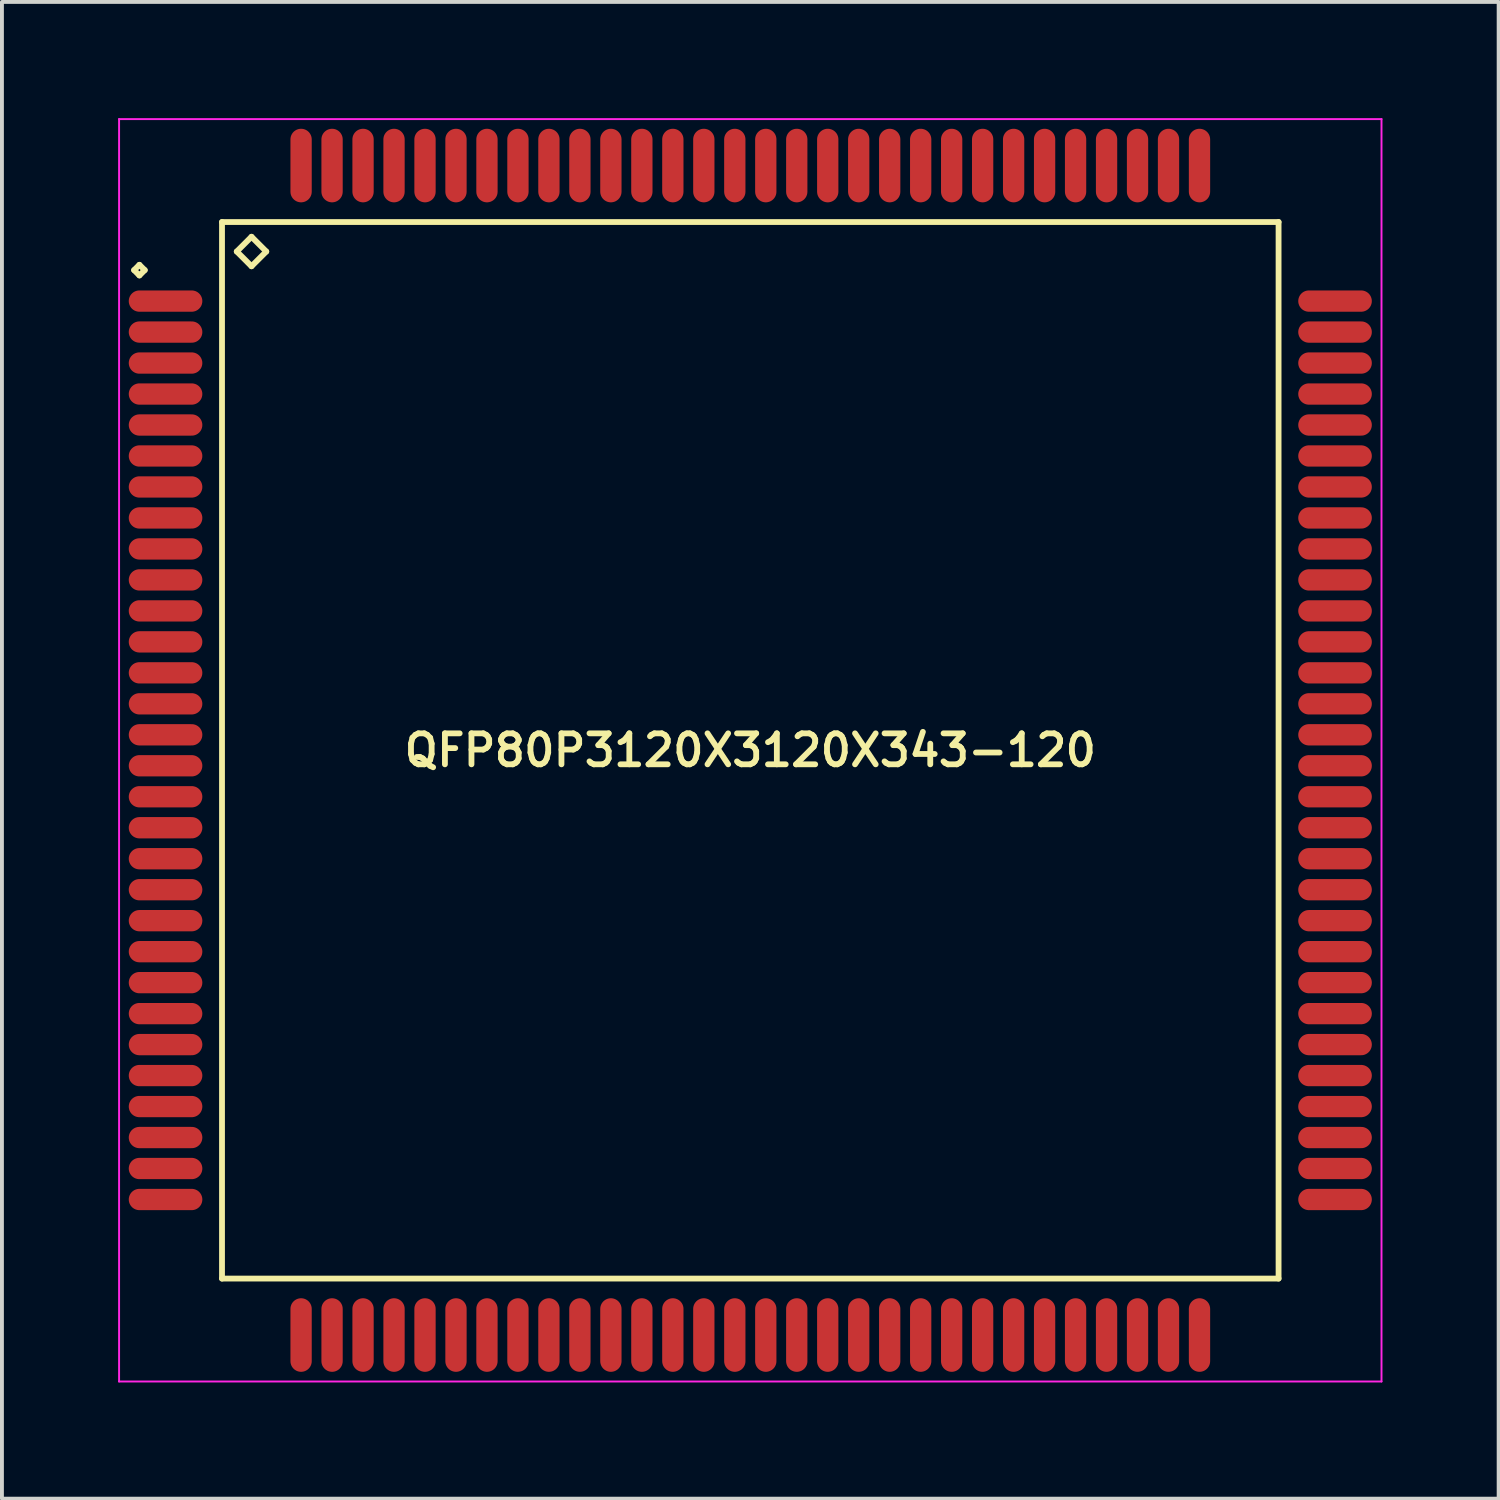
<source format=kicad_pcb>
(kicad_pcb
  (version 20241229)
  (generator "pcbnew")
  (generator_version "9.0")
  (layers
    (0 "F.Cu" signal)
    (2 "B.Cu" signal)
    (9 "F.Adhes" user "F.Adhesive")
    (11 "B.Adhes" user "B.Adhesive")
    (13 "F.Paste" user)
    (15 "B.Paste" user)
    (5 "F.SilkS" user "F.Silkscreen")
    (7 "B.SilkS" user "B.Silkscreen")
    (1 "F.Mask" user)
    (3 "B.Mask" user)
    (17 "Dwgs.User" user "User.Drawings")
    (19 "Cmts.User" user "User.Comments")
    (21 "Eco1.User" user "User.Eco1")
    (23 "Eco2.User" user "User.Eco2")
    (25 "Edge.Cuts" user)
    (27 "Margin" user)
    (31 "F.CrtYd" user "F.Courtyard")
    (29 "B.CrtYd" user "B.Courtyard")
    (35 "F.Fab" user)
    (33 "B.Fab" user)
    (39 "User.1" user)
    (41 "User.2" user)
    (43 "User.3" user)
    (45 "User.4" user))
  (footprint "QFP80P3120X3120X343-120"
    (layer "F.Cu")
    (at 16.325 16.325)
    (property "Reference" "QFP80P3120X3120X343-120" (at 0 0 0) (layer "F.SilkS") (effects (font (size 0.8 0.8) (thickness 0.15))))
    (attr smd)
    (fp_line (start -15.912 -12.4) (end -15.775 -12.537) (stroke (width 0.15) (type solid)) (layer "F.SilkS"))
    (fp_line (start -15.775 -12.537) (end -15.637 -12.4) (stroke (width 0.15) (type solid)) (layer "F.SilkS"))
    (fp_line (start -15.775 -12.262) (end -15.912 -12.4) (stroke (width 0.15) (type solid)) (layer "F.SilkS"))
    (fp_line (start -15.637 -12.4) (end -15.775 -12.262) (stroke (width 0.15) (type solid)) (layer "F.SilkS"))
    (fp_line (start -13.642 -13.642) (end -13.642 13.642) (stroke (width 0.15) (type solid)) (layer "F.SilkS"))
    (fp_line (start -13.642 13.642) (end 13.642 13.642) (stroke (width 0.15) (type solid)) (layer "F.SilkS"))
    (fp_line (start -13.261 -12.88) (end -12.88 -13.261) (stroke (width 0.15) (type solid)) (layer "F.SilkS"))
    (fp_line (start -12.88 -13.261) (end -12.499 -12.88) (stroke (width 0.15) (type solid)) (layer "F.SilkS"))
    (fp_line (start -12.88 -12.499) (end -13.261 -12.88) (stroke (width 0.15) (type solid)) (layer "F.SilkS"))
    (fp_line (start -12.499 -12.88) (end -12.88 -12.499) (stroke (width 0.15) (type solid)) (layer "F.SilkS"))
    (fp_line (start 13.642 -13.642) (end -13.642 -13.642) (stroke (width 0.15) (type solid)) (layer "F.SilkS"))
    (fp_line (start 13.642 13.642) (end 13.642 -13.642) (stroke (width 0.15) (type solid)) (layer "F.SilkS"))
    (fp_line (start -16.3 -16.3) (end 16.3 -16.3) (stroke (width 0.05) (type solid)) (layer "F.CrtYd"))
    (fp_line (start -16.3 16.3) (end -16.3 -16.3) (stroke (width 0.05) (type solid)) (layer "F.CrtYd"))
    (fp_line (start 16.3 -16.3) (end 16.3 16.3) (stroke (width 0.05) (type solid)) (layer "F.CrtYd"))
    (fp_line (start 16.3 16.3) (end -16.3 16.3) (stroke (width 0.05) (type solid)) (layer "F.CrtYd"))
    (pad "1" smd oval (at -15.1 -11.6) (size 1.9 0.55) (layers "F.Cu" "F.Mask" "F.Paste"))
    (pad "2" smd oval (at -15.1 -10.8) (size 1.9 0.55) (layers "F.Cu" "F.Mask" "F.Paste"))
    (pad "3" smd oval (at -15.1 -10) (size 1.9 0.55) (layers "F.Cu" "F.Mask" "F.Paste"))
    (pad "4" smd oval (at -15.1 -9.2) (size 1.9 0.55) (layers "F.Cu" "F.Mask" "F.Paste"))
    (pad "5" smd oval (at -15.1 -8.4) (size 1.9 0.55) (layers "F.Cu" "F.Mask" "F.Paste"))
    (pad "6" smd oval (at -15.1 -7.6) (size 1.9 0.55) (layers "F.Cu" "F.Mask" "F.Paste"))
    (pad "7" smd oval (at -15.1 -6.8) (size 1.9 0.55) (layers "F.Cu" "F.Mask" "F.Paste"))
    (pad "8" smd oval (at -15.1 -6) (size 1.9 0.55) (layers "F.Cu" "F.Mask" "F.Paste"))
    (pad "9" smd oval (at -15.1 -5.2) (size 1.9 0.55) (layers "F.Cu" "F.Mask" "F.Paste"))
    (pad "10" smd oval (at -15.1 -4.4) (size 1.9 0.55) (layers "F.Cu" "F.Mask" "F.Paste"))
    (pad "11" smd oval (at -15.1 -3.6) (size 1.9 0.55) (layers "F.Cu" "F.Mask" "F.Paste"))
    (pad "12" smd oval (at -15.1 -2.8) (size 1.9 0.55) (layers "F.Cu" "F.Mask" "F.Paste"))
    (pad "13" smd oval (at -15.1 -2) (size 1.9 0.55) (layers "F.Cu" "F.Mask" "F.Paste"))
    (pad "14" smd oval (at -15.1 -1.2) (size 1.9 0.55) (layers "F.Cu" "F.Mask" "F.Paste"))
    (pad "15" smd oval (at -15.1 -0.4) (size 1.9 0.55) (layers "F.Cu" "F.Mask" "F.Paste"))
    (pad "16" smd oval (at -15.1 0.4) (size 1.9 0.55) (layers "F.Cu" "F.Mask" "F.Paste"))
    (pad "17" smd oval (at -15.1 1.2) (size 1.9 0.55) (layers "F.Cu" "F.Mask" "F.Paste"))
    (pad "18" smd oval (at -15.1 2) (size 1.9 0.55) (layers "F.Cu" "F.Mask" "F.Paste"))
    (pad "19" smd oval (at -15.1 2.8) (size 1.9 0.55) (layers "F.Cu" "F.Mask" "F.Paste"))
    (pad "20" smd oval (at -15.1 3.6) (size 1.9 0.55) (layers "F.Cu" "F.Mask" "F.Paste"))
    (pad "21" smd oval (at -15.1 4.4) (size 1.9 0.55) (layers "F.Cu" "F.Mask" "F.Paste"))
    (pad "22" smd oval (at -15.1 5.2) (size 1.9 0.55) (layers "F.Cu" "F.Mask" "F.Paste"))
    (pad "23" smd oval (at -15.1 6) (size 1.9 0.55) (layers "F.Cu" "F.Mask" "F.Paste"))
    (pad "24" smd oval (at -15.1 6.8) (size 1.9 0.55) (layers "F.Cu" "F.Mask" "F.Paste"))
    (pad "25" smd oval (at -15.1 7.6) (size 1.9 0.55) (layers "F.Cu" "F.Mask" "F.Paste"))
    (pad "26" smd oval (at -15.1 8.4) (size 1.9 0.55) (layers "F.Cu" "F.Mask" "F.Paste"))
    (pad "27" smd oval (at -15.1 9.2) (size 1.9 0.55) (layers "F.Cu" "F.Mask" "F.Paste"))
    (pad "28" smd oval (at -15.1 10) (size 1.9 0.55) (layers "F.Cu" "F.Mask" "F.Paste"))
    (pad "29" smd oval (at -15.1 10.8) (size 1.9 0.55) (layers "F.Cu" "F.Mask" "F.Paste"))
    (pad "30" smd oval (at -15.1 11.6) (size 1.9 0.55) (layers "F.Cu" "F.Mask" "F.Paste"))
    (pad "31" smd oval (at -11.6 15.1) (size 0.55 1.9) (layers "F.Cu" "F.Mask" "F.Paste"))
    (pad "32" smd oval (at -10.8 15.1) (size 0.55 1.9) (layers "F.Cu" "F.Mask" "F.Paste"))
    (pad "33" smd oval (at -10 15.1) (size 0.55 1.9) (layers "F.Cu" "F.Mask" "F.Paste"))
    (pad "34" smd oval (at -9.2 15.1) (size 0.55 1.9) (layers "F.Cu" "F.Mask" "F.Paste"))
    (pad "35" smd oval (at -8.4 15.1) (size 0.55 1.9) (layers "F.Cu" "F.Mask" "F.Paste"))
    (pad "36" smd oval (at -7.6 15.1) (size 0.55 1.9) (layers "F.Cu" "F.Mask" "F.Paste"))
    (pad "37" smd oval (at -6.8 15.1) (size 0.55 1.9) (layers "F.Cu" "F.Mask" "F.Paste"))
    (pad "38" smd oval (at -6 15.1) (size 0.55 1.9) (layers "F.Cu" "F.Mask" "F.Paste"))
    (pad "39" smd oval (at -5.2 15.1) (size 0.55 1.9) (layers "F.Cu" "F.Mask" "F.Paste"))
    (pad "40" smd oval (at -4.4 15.1) (size 0.55 1.9) (layers "F.Cu" "F.Mask" "F.Paste"))
    (pad "41" smd oval (at -3.6 15.1) (size 0.55 1.9) (layers "F.Cu" "F.Mask" "F.Paste"))
    (pad "42" smd oval (at -2.8 15.1) (size 0.55 1.9) (layers "F.Cu" "F.Mask" "F.Paste"))
    (pad "43" smd oval (at -2 15.1) (size 0.55 1.9) (layers "F.Cu" "F.Mask" "F.Paste"))
    (pad "44" smd oval (at -1.2 15.1) (size 0.55 1.9) (layers "F.Cu" "F.Mask" "F.Paste"))
    (pad "45" smd oval (at -0.4 15.1) (size 0.55 1.9) (layers "F.Cu" "F.Mask" "F.Paste"))
    (pad "46" smd oval (at 0.4 15.1) (size 0.55 1.9) (layers "F.Cu" "F.Mask" "F.Paste"))
    (pad "47" smd oval (at 1.2 15.1) (size 0.55 1.9) (layers "F.Cu" "F.Mask" "F.Paste"))
    (pad "48" smd oval (at 2 15.1) (size 0.55 1.9) (layers "F.Cu" "F.Mask" "F.Paste"))
    (pad "49" smd oval (at 2.8 15.1) (size 0.55 1.9) (layers "F.Cu" "F.Mask" "F.Paste"))
    (pad "50" smd oval (at 3.6 15.1) (size 0.55 1.9) (layers "F.Cu" "F.Mask" "F.Paste"))
    (pad "51" smd oval (at 4.4 15.1) (size 0.55 1.9) (layers "F.Cu" "F.Mask" "F.Paste"))
    (pad "52" smd oval (at 5.2 15.1) (size 0.55 1.9) (layers "F.Cu" "F.Mask" "F.Paste"))
    (pad "53" smd oval (at 6 15.1) (size 0.55 1.9) (layers "F.Cu" "F.Mask" "F.Paste"))
    (pad "54" smd oval (at 6.8 15.1) (size 0.55 1.9) (layers "F.Cu" "F.Mask" "F.Paste"))
    (pad "55" smd oval (at 7.6 15.1) (size 0.55 1.9) (layers "F.Cu" "F.Mask" "F.Paste"))
    (pad "56" smd oval (at 8.4 15.1) (size 0.55 1.9) (layers "F.Cu" "F.Mask" "F.Paste"))
    (pad "57" smd oval (at 9.2 15.1) (size 0.55 1.9) (layers "F.Cu" "F.Mask" "F.Paste"))
    (pad "58" smd oval (at 10 15.1) (size 0.55 1.9) (layers "F.Cu" "F.Mask" "F.Paste"))
    (pad "59" smd oval (at 10.8 15.1) (size 0.55 1.9) (layers "F.Cu" "F.Mask" "F.Paste"))
    (pad "60" smd oval (at 11.6 15.1) (size 0.55 1.9) (layers "F.Cu" "F.Mask" "F.Paste"))
    (pad "61" smd oval (at 15.1 11.6) (size 1.9 0.55) (layers "F.Cu" "F.Mask" "F.Paste"))
    (pad "62" smd oval (at 15.1 10.8) (size 1.9 0.55) (layers "F.Cu" "F.Mask" "F.Paste"))
    (pad "63" smd oval (at 15.1 10) (size 1.9 0.55) (layers "F.Cu" "F.Mask" "F.Paste"))
    (pad "64" smd oval (at 15.1 9.2) (size 1.9 0.55) (layers "F.Cu" "F.Mask" "F.Paste"))
    (pad "65" smd oval (at 15.1 8.4) (size 1.9 0.55) (layers "F.Cu" "F.Mask" "F.Paste"))
    (pad "66" smd oval (at 15.1 7.6) (size 1.9 0.55) (layers "F.Cu" "F.Mask" "F.Paste"))
    (pad "67" smd oval (at 15.1 6.8) (size 1.9 0.55) (layers "F.Cu" "F.Mask" "F.Paste"))
    (pad "68" smd oval (at 15.1 6) (size 1.9 0.55) (layers "F.Cu" "F.Mask" "F.Paste"))
    (pad "69" smd oval (at 15.1 5.2) (size 1.9 0.55) (layers "F.Cu" "F.Mask" "F.Paste"))
    (pad "70" smd oval (at 15.1 4.4) (size 1.9 0.55) (layers "F.Cu" "F.Mask" "F.Paste"))
    (pad "71" smd oval (at 15.1 3.6) (size 1.9 0.55) (layers "F.Cu" "F.Mask" "F.Paste"))
    (pad "72" smd oval (at 15.1 2.8) (size 1.9 0.55) (layers "F.Cu" "F.Mask" "F.Paste"))
    (pad "73" smd oval (at 15.1 2) (size 1.9 0.55) (layers "F.Cu" "F.Mask" "F.Paste"))
    (pad "74" smd oval (at 15.1 1.2) (size 1.9 0.55) (layers "F.Cu" "F.Mask" "F.Paste"))
    (pad "75" smd oval (at 15.1 0.4) (size 1.9 0.55) (layers "F.Cu" "F.Mask" "F.Paste"))
    (pad "76" smd oval (at 15.1 -0.4) (size 1.9 0.55) (layers "F.Cu" "F.Mask" "F.Paste"))
    (pad "77" smd oval (at 15.1 -1.2) (size 1.9 0.55) (layers "F.Cu" "F.Mask" "F.Paste"))
    (pad "78" smd oval (at 15.1 -2) (size 1.9 0.55) (layers "F.Cu" "F.Mask" "F.Paste"))
    (pad "79" smd oval (at 15.1 -2.8) (size 1.9 0.55) (layers "F.Cu" "F.Mask" "F.Paste"))
    (pad "80" smd oval (at 15.1 -3.6) (size 1.9 0.55) (layers "F.Cu" "F.Mask" "F.Paste"))
    (pad "81" smd oval (at 15.1 -4.4) (size 1.9 0.55) (layers "F.Cu" "F.Mask" "F.Paste"))
    (pad "82" smd oval (at 15.1 -5.2) (size 1.9 0.55) (layers "F.Cu" "F.Mask" "F.Paste"))
    (pad "83" smd oval (at 15.1 -6) (size 1.9 0.55) (layers "F.Cu" "F.Mask" "F.Paste"))
    (pad "84" smd oval (at 15.1 -6.8) (size 1.9 0.55) (layers "F.Cu" "F.Mask" "F.Paste"))
    (pad "85" smd oval (at 15.1 -7.6) (size 1.9 0.55) (layers "F.Cu" "F.Mask" "F.Paste"))
    (pad "86" smd oval (at 15.1 -8.4) (size 1.9 0.55) (layers "F.Cu" "F.Mask" "F.Paste"))
    (pad "87" smd oval (at 15.1 -9.2) (size 1.9 0.55) (layers "F.Cu" "F.Mask" "F.Paste"))
    (pad "88" smd oval (at 15.1 -10) (size 1.9 0.55) (layers "F.Cu" "F.Mask" "F.Paste"))
    (pad "89" smd oval (at 15.1 -10.8) (size 1.9 0.55) (layers "F.Cu" "F.Mask" "F.Paste"))
    (pad "90" smd oval (at 15.1 -11.6) (size 1.9 0.55) (layers "F.Cu" "F.Mask" "F.Paste"))
    (pad "91" smd oval (at 11.6 -15.1) (size 0.55 1.9) (layers "F.Cu" "F.Mask" "F.Paste"))
    (pad "92" smd oval (at 10.8 -15.1) (size 0.55 1.9) (layers "F.Cu" "F.Mask" "F.Paste"))
    (pad "93" smd oval (at 10 -15.1) (size 0.55 1.9) (layers "F.Cu" "F.Mask" "F.Paste"))
    (pad "94" smd oval (at 9.2 -15.1) (size 0.55 1.9) (layers "F.Cu" "F.Mask" "F.Paste"))
    (pad "95" smd oval (at 8.4 -15.1) (size 0.55 1.9) (layers "F.Cu" "F.Mask" "F.Paste"))
    (pad "96" smd oval (at 7.6 -15.1) (size 0.55 1.9) (layers "F.Cu" "F.Mask" "F.Paste"))
    (pad "97" smd oval (at 6.8 -15.1) (size 0.55 1.9) (layers "F.Cu" "F.Mask" "F.Paste"))
    (pad "98" smd oval (at 6 -15.1) (size 0.55 1.9) (layers "F.Cu" "F.Mask" "F.Paste"))
    (pad "99" smd oval (at 5.2 -15.1) (size 0.55 1.9) (layers "F.Cu" "F.Mask" "F.Paste"))
    (pad "100" smd oval (at 4.4 -15.1) (size 0.55 1.9) (layers "F.Cu" "F.Mask" "F.Paste"))
    (pad "101" smd oval (at 3.6 -15.1) (size 0.55 1.9) (layers "F.Cu" "F.Mask" "F.Paste"))
    (pad "102" smd oval (at 2.8 -15.1) (size 0.55 1.9) (layers "F.Cu" "F.Mask" "F.Paste"))
    (pad "103" smd oval (at 2 -15.1) (size 0.55 1.9) (layers "F.Cu" "F.Mask" "F.Paste"))
    (pad "104" smd oval (at 1.2 -15.1) (size 0.55 1.9) (layers "F.Cu" "F.Mask" "F.Paste"))
    (pad "105" smd oval (at 0.4 -15.1) (size 0.55 1.9) (layers "F.Cu" "F.Mask" "F.Paste"))
    (pad "106" smd oval (at -0.4 -15.1) (size 0.55 1.9) (layers "F.Cu" "F.Mask" "F.Paste"))
    (pad "107" smd oval (at -1.2 -15.1) (size 0.55 1.9) (layers "F.Cu" "F.Mask" "F.Paste"))
    (pad "108" smd oval (at -2 -15.1) (size 0.55 1.9) (layers "F.Cu" "F.Mask" "F.Paste"))
    (pad "109" smd oval (at -2.8 -15.1) (size 0.55 1.9) (layers "F.Cu" "F.Mask" "F.Paste"))
    (pad "110" smd oval (at -3.6 -15.1) (size 0.55 1.9) (layers "F.Cu" "F.Mask" "F.Paste"))
    (pad "111" smd oval (at -4.4 -15.1) (size 0.55 1.9) (layers "F.Cu" "F.Mask" "F.Paste"))
    (pad "112" smd oval (at -5.2 -15.1) (size 0.55 1.9) (layers "F.Cu" "F.Mask" "F.Paste"))
    (pad "113" smd oval (at -6 -15.1) (size 0.55 1.9) (layers "F.Cu" "F.Mask" "F.Paste"))
    (pad "114" smd oval (at -6.8 -15.1) (size 0.55 1.9) (layers "F.Cu" "F.Mask" "F.Paste"))
    (pad "115" smd oval (at -7.6 -15.1) (size 0.55 1.9) (layers "F.Cu" "F.Mask" "F.Paste"))
    (pad "116" smd oval (at -8.4 -15.1) (size 0.55 1.9) (layers "F.Cu" "F.Mask" "F.Paste"))
    (pad "117" smd oval (at -9.2 -15.1) (size 0.55 1.9) (layers "F.Cu" "F.Mask" "F.Paste"))
    (pad "118" smd oval (at -10 -15.1) (size 0.55 1.9) (layers "F.Cu" "F.Mask" "F.Paste"))
    (pad "119" smd oval (at -10.8 -15.1) (size 0.55 1.9) (layers "F.Cu" "F.Mask" "F.Paste"))
    (pad "120" smd oval (at -11.6 -15.1) (size 0.55 1.9) (layers "F.Cu" "F.Mask" "F.Paste")))
  (gr_rect
    (start -3 -3)
    (end 35.65 35.65)
    (stroke (width 0.1) (type default))
    (fill no)
    (layer "Edge.Cuts")))
</source>
